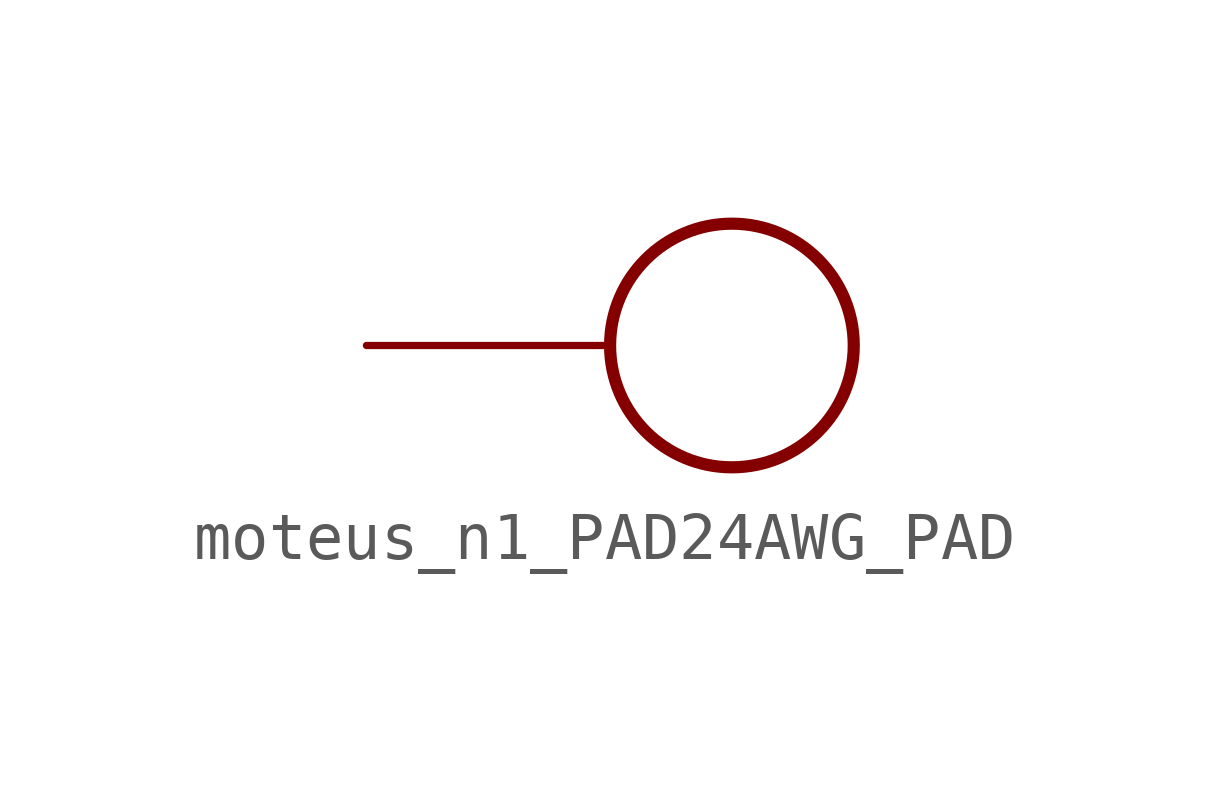
<source format=kicad_sym>
(kicad_symbol_lib
  (version 20231120)
  (generator "kicad_symbol_editor")
  (generator_version "8.0")
  (symbol "moteus_n1_PAD24AWG_PAD"
    (property "Reference" ""
      (at -7.62 5.08 0)
      (effects (font (size 1.676 1.425)) (justify left bottom) (hide yes)))
    (property "ki_locked" ""
      (at 0 0 0)
      (effects (font (size 1.27 1.27))))
    (symbol "moteus_n1_PAD24AWG_PAD_1_0"
      (circle (center 0 0) (radius 2.54) (stroke (width 0.254) (type solid)) (fill (type none)))
      (pin bidirectional line (at -7.62 0 0) (length 5.08) (name "P$1" (effects (font (size 0 0)))) (number "P$1" (effects (font (size 0 0))))))))
</source>
